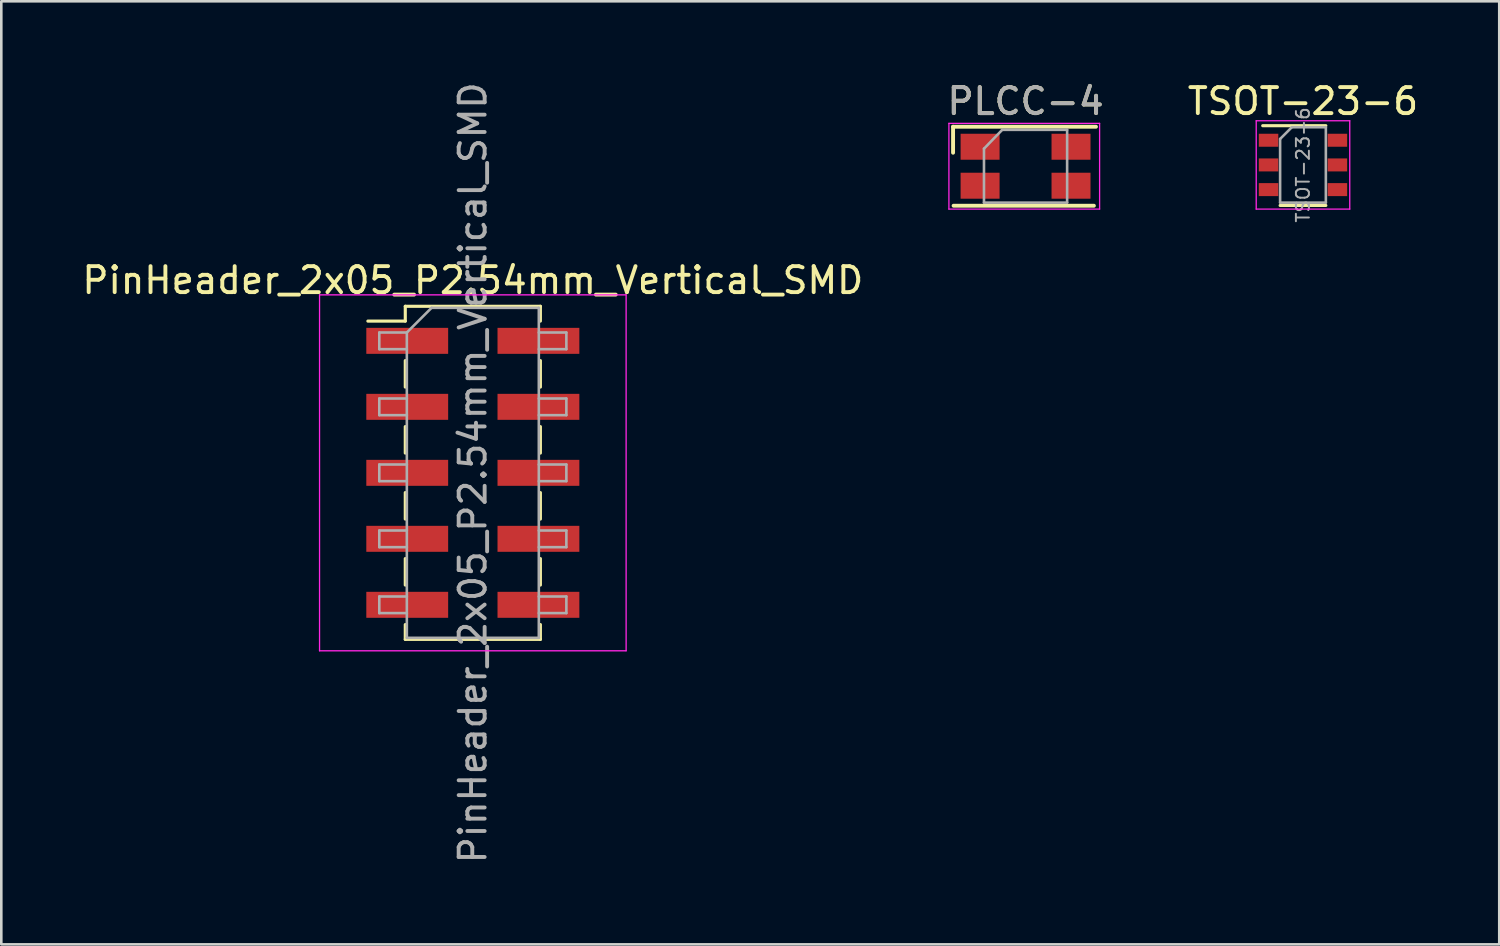
<source format=kicad_pcb>
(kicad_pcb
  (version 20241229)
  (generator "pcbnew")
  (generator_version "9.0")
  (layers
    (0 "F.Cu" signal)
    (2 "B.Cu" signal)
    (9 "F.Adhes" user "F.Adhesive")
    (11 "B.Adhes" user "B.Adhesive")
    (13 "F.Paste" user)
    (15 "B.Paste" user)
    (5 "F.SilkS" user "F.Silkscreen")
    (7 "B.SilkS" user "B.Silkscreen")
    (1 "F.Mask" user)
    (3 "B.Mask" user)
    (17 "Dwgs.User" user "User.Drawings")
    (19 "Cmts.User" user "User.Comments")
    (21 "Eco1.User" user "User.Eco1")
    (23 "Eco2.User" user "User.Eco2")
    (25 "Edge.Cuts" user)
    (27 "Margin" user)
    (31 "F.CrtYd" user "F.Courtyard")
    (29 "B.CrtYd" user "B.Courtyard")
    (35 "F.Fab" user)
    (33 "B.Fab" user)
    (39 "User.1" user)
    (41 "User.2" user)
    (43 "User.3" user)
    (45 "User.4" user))
  (footprint "PinHeader_2x05_P2.54mm_Vertical_SMD"
    (layer "F.Cu")
    (at 15.149 15.149)
    (property "Reference" "PinHeader_2x05_P2.54mm_Vertical_SMD" (at 0 -7.41 0) (layer "F.SilkS") (effects (font (size 1 1) (thickness 0.15))))
    (attr smd)
    (fp_line (start -4.04 -5.84) (end -2.6 -5.84) (stroke (width 0.12) (type solid)) (layer "F.SilkS"))
    (fp_line (start -2.6 -6.41) (end -2.6 -5.84) (stroke (width 0.12) (type solid)) (layer "F.SilkS"))
    (fp_line (start -2.6 -6.41) (end 2.6 -6.41) (stroke (width 0.12) (type solid)) (layer "F.SilkS"))
    (fp_line (start -2.6 -4.32) (end -2.6 -3.3) (stroke (width 0.12) (type solid)) (layer "F.SilkS"))
    (fp_line (start -2.6 -1.78) (end -2.6 -0.76) (stroke (width 0.12) (type solid)) (layer "F.SilkS"))
    (fp_line (start -2.6 0.76) (end -2.6 1.78) (stroke (width 0.12) (type solid)) (layer "F.SilkS"))
    (fp_line (start -2.6 3.3) (end -2.6 4.32) (stroke (width 0.12) (type solid)) (layer "F.SilkS"))
    (fp_line (start -2.6 5.84) (end -2.6 6.41) (stroke (width 0.12) (type solid)) (layer "F.SilkS"))
    (fp_line (start -2.6 6.41) (end 2.6 6.41) (stroke (width 0.12) (type solid)) (layer "F.SilkS"))
    (fp_line (start 2.6 -6.41) (end 2.6 -5.84) (stroke (width 0.12) (type solid)) (layer "F.SilkS"))
    (fp_line (start 2.6 -4.32) (end 2.6 -3.3) (stroke (width 0.12) (type solid)) (layer "F.SilkS"))
    (fp_line (start 2.6 -1.78) (end 2.6 -0.76) (stroke (width 0.12) (type solid)) (layer "F.SilkS"))
    (fp_line (start 2.6 0.76) (end 2.6 1.78) (stroke (width 0.12) (type solid)) (layer "F.SilkS"))
    (fp_line (start 2.6 3.3) (end 2.6 4.32) (stroke (width 0.12) (type solid)) (layer "F.SilkS"))
    (fp_line (start 2.6 5.84) (end 2.6 6.41) (stroke (width 0.12) (type solid)) (layer "F.SilkS"))
    (fp_line (start -5.9 -6.85) (end -5.9 6.85) (stroke (width 0.05) (type solid)) (layer "F.CrtYd"))
    (fp_line (start -5.9 6.85) (end 5.9 6.85) (stroke (width 0.05) (type solid)) (layer "F.CrtYd"))
    (fp_line (start 5.9 -6.85) (end -5.9 -6.85) (stroke (width 0.05) (type solid)) (layer "F.CrtYd"))
    (fp_line (start 5.9 6.85) (end 5.9 -6.85) (stroke (width 0.05) (type solid)) (layer "F.CrtYd"))
    (fp_line (start -3.6 -5.4) (end -3.6 -4.76) (stroke (width 0.1) (type solid)) (layer "F.Fab"))
    (fp_line (start -3.6 -4.76) (end -2.54 -4.76) (stroke (width 0.1) (type solid)) (layer "F.Fab"))
    (fp_line (start -3.6 -2.86) (end -3.6 -2.22) (stroke (width 0.1) (type solid)) (layer "F.Fab"))
    (fp_line (start -3.6 -2.22) (end -2.54 -2.22) (stroke (width 0.1) (type solid)) (layer "F.Fab"))
    (fp_line (start -3.6 -0.32) (end -3.6 0.32) (stroke (width 0.1) (type solid)) (layer "F.Fab"))
    (fp_line (start -3.6 0.32) (end -2.54 0.32) (stroke (width 0.1) (type solid)) (layer "F.Fab"))
    (fp_line (start -3.6 2.22) (end -3.6 2.86) (stroke (width 0.1) (type solid)) (layer "F.Fab"))
    (fp_line (start -3.6 2.86) (end -2.54 2.86) (stroke (width 0.1) (type solid)) (layer "F.Fab"))
    (fp_line (start -3.6 4.76) (end -3.6 5.4) (stroke (width 0.1) (type solid)) (layer "F.Fab"))
    (fp_line (start -3.6 5.4) (end -2.54 5.4) (stroke (width 0.1) (type solid)) (layer "F.Fab"))
    (fp_line (start -2.54 -5.4) (end -3.6 -5.4) (stroke (width 0.1) (type solid)) (layer "F.Fab"))
    (fp_line (start -2.54 -5.4) (end -1.59 -6.35) (stroke (width 0.1) (type solid)) (layer "F.Fab"))
    (fp_line (start -2.54 -2.86) (end -3.6 -2.86) (stroke (width 0.1) (type solid)) (layer "F.Fab"))
    (fp_line (start -2.54 -0.32) (end -3.6 -0.32) (stroke (width 0.1) (type solid)) (layer "F.Fab"))
    (fp_line (start -2.54 2.22) (end -3.6 2.22) (stroke (width 0.1) (type solid)) (layer "F.Fab"))
    (fp_line (start -2.54 4.76) (end -3.6 4.76) (stroke (width 0.1) (type solid)) (layer "F.Fab"))
    (fp_line (start -2.54 6.35) (end -2.54 -5.4) (stroke (width 0.1) (type solid)) (layer "F.Fab"))
    (fp_line (start -1.59 -6.35) (end 2.54 -6.35) (stroke (width 0.1) (type solid)) (layer "F.Fab"))
    (fp_line (start 2.54 -6.35) (end 2.54 6.35) (stroke (width 0.1) (type solid)) (layer "F.Fab"))
    (fp_line (start 2.54 -5.4) (end 3.6 -5.4) (stroke (width 0.1) (type solid)) (layer "F.Fab"))
    (fp_line (start 2.54 -2.86) (end 3.6 -2.86) (stroke (width 0.1) (type solid)) (layer "F.Fab"))
    (fp_line (start 2.54 -0.32) (end 3.6 -0.32) (stroke (width 0.1) (type solid)) (layer "F.Fab"))
    (fp_line (start 2.54 2.22) (end 3.6 2.22) (stroke (width 0.1) (type solid)) (layer "F.Fab"))
    (fp_line (start 2.54 4.76) (end 3.6 4.76) (stroke (width 0.1) (type solid)) (layer "F.Fab"))
    (fp_line (start 2.54 6.35) (end -2.54 6.35) (stroke (width 0.1) (type solid)) (layer "F.Fab"))
    (fp_line (start 3.6 -5.4) (end 3.6 -4.76) (stroke (width 0.1) (type solid)) (layer "F.Fab"))
    (fp_line (start 3.6 -4.76) (end 2.54 -4.76) (stroke (width 0.1) (type solid)) (layer "F.Fab"))
    (fp_line (start 3.6 -2.86) (end 3.6 -2.22) (stroke (width 0.1) (type solid)) (layer "F.Fab"))
    (fp_line (start 3.6 -2.22) (end 2.54 -2.22) (stroke (width 0.1) (type solid)) (layer "F.Fab"))
    (fp_line (start 3.6 -0.32) (end 3.6 0.32) (stroke (width 0.1) (type solid)) (layer "F.Fab"))
    (fp_line (start 3.6 0.32) (end 2.54 0.32) (stroke (width 0.1) (type solid)) (layer "F.Fab"))
    (fp_line (start 3.6 2.22) (end 3.6 2.86) (stroke (width 0.1) (type solid)) (layer "F.Fab"))
    (fp_line (start 3.6 2.86) (end 2.54 2.86) (stroke (width 0.1) (type solid)) (layer "F.Fab"))
    (fp_line (start 3.6 4.76) (end 3.6 5.4) (stroke (width 0.1) (type solid)) (layer "F.Fab"))
    (fp_line (start 3.6 5.4) (end 2.54 5.4) (stroke (width 0.1) (type solid)) (layer "F.Fab"))
    (fp_text user "${REFERENCE}" (at 0 0 90) (layer "F.Fab") (effects (font (size 1 1) (thickness 0.15))))
    (pad "1" smd rect (at -2.525 -5.08) (size 3.15 1) (layers "F.Cu" "F.Mask" "F.Paste"))
    (pad "2" smd rect (at 2.525 -5.08) (size 3.15 1) (layers "F.Cu" "F.Mask" "F.Paste"))
    (pad "3" smd rect (at -2.525 -2.54) (size 3.15 1) (layers "F.Cu" "F.Mask" "F.Paste"))
    (pad "4" smd rect (at 2.525 -2.54) (size 3.15 1) (layers "F.Cu" "F.Mask" "F.Paste"))
    (pad "5" smd rect (at -2.525 0) (size 3.15 1) (layers "F.Cu" "F.Mask" "F.Paste"))
    (pad "6" smd rect (at 2.525 0) (size 3.15 1) (layers "F.Cu" "F.Mask" "F.Paste"))
    (pad "7" smd rect (at -2.525 2.54) (size 3.15 1) (layers "F.Cu" "F.Mask" "F.Paste"))
    (pad "8" smd rect (at 2.525 2.54) (size 3.15 1) (layers "F.Cu" "F.Mask" "F.Paste"))
    (pad "9" smd rect (at -2.525 5.08) (size 3.15 1) (layers "F.Cu" "F.Mask" "F.Paste"))
    (pad "10" smd rect (at 2.525 5.08) (size 3.15 1) (layers "F.Cu" "F.Mask" "F.Paste")))
  (footprint "TSOT-23-6"
    (layer "F.Cu")
    (at 47.101 3.298)
    (property "Reference" "TSOT-23-6" (at 0 -2.45 0) (layer "F.SilkS") (effects (font (size 1 1) (thickness 0.15))))
    (attr smd)
    (fp_line (start -0.88 1.56) (end 0.88 1.56) (stroke (width 0.12) (type solid)) (layer "F.SilkS"))
    (fp_line (start 0.88 -1.51) (end -1.55 -1.51) (stroke (width 0.12) (type solid)) (layer "F.SilkS"))
    (fp_line (start -1.8 -1.7) (end -1.8 1.7) (stroke (width 0.05) (type solid)) (layer "F.CrtYd"))
    (fp_line (start -1.8 -1.7) (end 1.8 -1.7) (stroke (width 0.05) (type solid)) (layer "F.CrtYd"))
    (fp_line (start 1.8 1.7) (end -1.8 1.7) (stroke (width 0.05) (type solid)) (layer "F.CrtYd"))
    (fp_line (start 1.8 1.7) (end 1.8 -1.7) (stroke (width 0.05) (type solid)) (layer "F.CrtYd"))
    (fp_line (start -0.88 -1) (end -0.88 1.45) (stroke (width 0.1) (type solid)) (layer "F.Fab"))
    (fp_line (start -0.88 -1) (end -0.43 -1.45) (stroke (width 0.1) (type solid)) (layer "F.Fab"))
    (fp_line (start 0.88 -1.45) (end -0.43 -1.45) (stroke (width 0.1) (type solid)) (layer "F.Fab"))
    (fp_line (start 0.88 -1.45) (end 0.88 1.45) (stroke (width 0.1) (type solid)) (layer "F.Fab"))
    (fp_line (start 0.88 1.45) (end -0.88 1.45) (stroke (width 0.1) (type solid)) (layer "F.Fab"))
    (fp_text user "${REFERENCE}" (at 0 0 90) (layer "F.Fab") (effects (font (size 0.5 0.5) (thickness 0.075))))
    (pad "1" smd rect (at -1.325 -0.95) (size 0.75 0.5) (layers "F.Cu" "F.Mask" "F.Paste"))
    (pad "2" smd rect (at -1.325 0) (size 0.75 0.5) (layers "F.Cu" "F.Mask" "F.Paste"))
    (pad "3" smd rect (at -1.325 0.95) (size 0.75 0.5) (layers "F.Cu" "F.Mask" "F.Paste"))
    (pad "4" smd rect (at 1.325 0.95) (size 0.75 0.5) (layers "F.Cu" "F.Mask" "F.Paste"))
    (pad "5" smd rect (at 1.325 0) (size 0.75 0.5) (layers "F.Cu" "F.Mask" "F.Paste"))
    (pad "6" smd rect (at 1.325 -0.95) (size 0.75 0.5) (layers "F.Cu" "F.Mask" "F.Paste")))
  (footprint "PLCC-4"
    (layer "F.Cu")
    (at 36.423 3.348)
    (property "Reference" "PLCC-4" (at 0 -2.5 0) (layer "F.SilkS") (effects (font (size 1 1) (thickness 0.15))))
    (attr smd)
    (fp_line (start -2.79 -0.52) (end -2.79 -1.52) (stroke (width 0.15) (type solid)) (layer "F.SilkS"))
    (fp_line (start 2.63 1.52) (end -2.77 1.52) (stroke (width 0.15) (type solid)) (layer "F.SilkS"))
    (fp_line (start 2.71 -1.52) (end -2.79 -1.52) (stroke (width 0.15) (type solid)) (layer "F.SilkS"))
    (fp_line (start -2.95 -1.65) (end -2.95 1.65) (stroke (width 0.05) (type solid)) (layer "F.CrtYd"))
    (fp_line (start -2.95 1.65) (end 2.85 1.65) (stroke (width 0.05) (type solid)) (layer "F.CrtYd"))
    (fp_line (start 2.85 -1.65) (end -2.95 -1.65) (stroke (width 0.05) (type solid)) (layer "F.CrtYd"))
    (fp_line (start 2.85 1.65) (end 2.85 -1.65) (stroke (width 0.05) (type solid)) (layer "F.CrtYd"))
    (fp_line (start -1.6 -0.675) (end -0.9 -1.4) (stroke (width 0.1) (type solid)) (layer "F.Fab"))
    (fp_line (start -1.6 1.4) (end -1.6 -0.675) (stroke (width 0.1) (type solid)) (layer "F.Fab"))
    (fp_line (start -0.9 -1.4) (end 1.6 -1.4) (stroke (width 0.1) (type solid)) (layer "F.Fab"))
    (fp_line (start 1.6 -1.4) (end 1.6 1.4) (stroke (width 0.1) (type solid)) (layer "F.Fab"))
    (fp_line (start 1.6 1.4) (end -1.6 1.4) (stroke (width 0.1) (type solid)) (layer "F.Fab"))
    (fp_text user "${REFERENCE}" (at 0 -2.5 0) (layer "F.Fab") (effects (font (size 1 1) (thickness 0.15))))
    (pad "1" smd rect (at -1.75 -0.75 180) (size 1.5 1) (layers "F.Cu" "F.Mask" "F.Paste"))
    (pad "2" smd rect (at -1.75 0.75 180) (size 1.5 1) (layers "F.Cu" "F.Mask" "F.Paste"))
    (pad "3" smd rect (at 1.75 0.75 180) (size 1.5 1) (layers "F.Cu" "F.Mask" "F.Paste"))
    (pad "4" smd rect (at 1.75 -0.75 180) (size 1.5 1) (layers "F.Cu" "F.Mask" "F.Paste")))
  (gr_rect
    (start -3 -3)
    (end 54.655 33.298)
    (stroke (width 0.1) (type default))
    (fill no)
    (layer "Edge.Cuts")))
</source>
